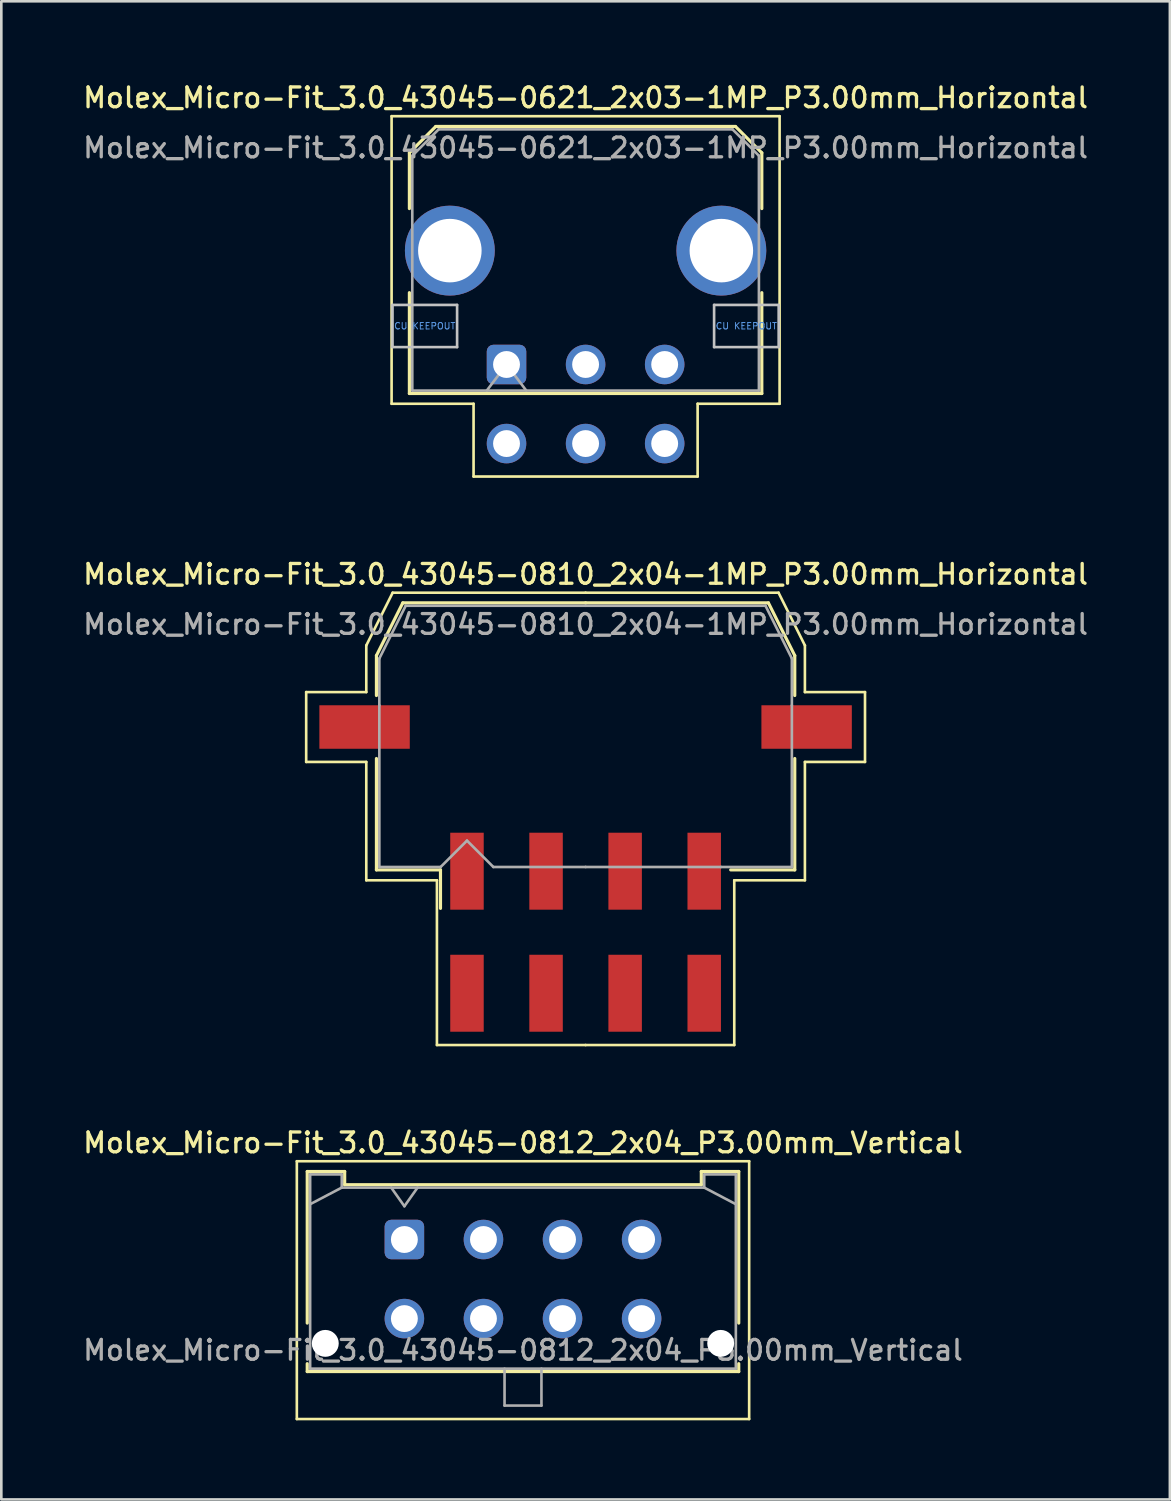
<source format=kicad_pcb>
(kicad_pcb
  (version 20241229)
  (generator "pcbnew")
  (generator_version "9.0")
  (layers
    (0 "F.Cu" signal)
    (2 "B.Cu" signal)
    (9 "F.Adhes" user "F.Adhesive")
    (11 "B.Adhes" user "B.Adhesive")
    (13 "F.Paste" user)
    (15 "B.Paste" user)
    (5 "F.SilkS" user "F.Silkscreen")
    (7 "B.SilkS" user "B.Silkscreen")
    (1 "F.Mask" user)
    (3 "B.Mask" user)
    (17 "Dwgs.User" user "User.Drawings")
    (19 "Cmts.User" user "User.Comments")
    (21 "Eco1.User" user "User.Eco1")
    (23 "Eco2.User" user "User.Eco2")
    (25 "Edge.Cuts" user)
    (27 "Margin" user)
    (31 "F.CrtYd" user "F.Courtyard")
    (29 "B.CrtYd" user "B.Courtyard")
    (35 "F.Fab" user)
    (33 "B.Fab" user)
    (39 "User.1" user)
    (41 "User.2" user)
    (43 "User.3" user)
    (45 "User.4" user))
  (footprint "Molex_Micro-Fit_3.0_43045-0621_2x03-1MP_P3.00mm_Horizontal"
    (layer "F.Cu")
    (at 16.166 10.778)
    (property "Reference" "Molex_Micro-Fit_3.0_43045-0621_2x03-1MP_P3.00mm_Horizontal" (at 3 -10.12 0) (layer "F.SilkS") (effects (font (size 0.75 0.75) (thickness 0.125))))
    (attr through_hole)
    (fp_line (start -4.36 -9.42) (end 10.36 -9.42) (stroke (width 0.1) (type solid)) (layer "F.SilkS"))
    (fp_line (start -4.36 1.49) (end -4.36 -9.42) (stroke (width 0.1) (type solid)) (layer "F.SilkS"))
    (fp_line (start -3.685 -8.03) (end -2.685 -9.03) (stroke (width 0.12) (type solid)) (layer "F.SilkS"))
    (fp_line (start -3.685 -5.915) (end -3.685 -8.03) (stroke (width 0.12) (type solid)) (layer "F.SilkS"))
    (fp_line (start -3.685 -2.725) (end -3.685 1.1) (stroke (width 0.12) (type solid)) (layer "F.SilkS"))
    (fp_line (start -3.685 1.1) (end 9.685 1.1) (stroke (width 0.12) (type solid)) (layer "F.SilkS"))
    (fp_line (start -2.685 -9.03) (end 8.685 -9.03) (stroke (width 0.12) (type solid)) (layer "F.SilkS"))
    (fp_line (start -1.25 1.49) (end -4.36 1.49) (stroke (width 0.1) (type solid)) (layer "F.SilkS"))
    (fp_line (start -1.25 4.25) (end -1.25 1.49) (stroke (width 0.1) (type solid)) (layer "F.SilkS"))
    (fp_line (start 7.25 1.49) (end 7.25 4.25) (stroke (width 0.1) (type solid)) (layer "F.SilkS"))
    (fp_line (start 7.25 4.25) (end -1.25 4.25) (stroke (width 0.1) (type solid)) (layer "F.SilkS"))
    (fp_line (start 8.685 -9.03) (end 9.685 -8.03) (stroke (width 0.12) (type solid)) (layer "F.SilkS"))
    (fp_line (start 9.685 -8.03) (end 9.685 -5.915) (stroke (width 0.12) (type solid)) (layer "F.SilkS"))
    (fp_line (start 9.685 1.1) (end 9.685 -2.725) (stroke (width 0.12) (type solid)) (layer "F.SilkS"))
    (fp_line (start 10.36 -9.42) (end 10.36 1.49) (stroke (width 0.1) (type solid)) (layer "F.SilkS"))
    (fp_line (start 10.36 1.49) (end 7.25 1.49) (stroke (width 0.1) (type solid)) (layer "F.SilkS"))
    (fp_line (start -4.325 -2.26) (end -4.325 -0.66) (stroke (width 0.1) (type solid)) (layer "Dwgs.User"))
    (fp_line (start -4.325 -0.66) (end -1.875 -0.66) (stroke (width 0.1) (type solid)) (layer "Dwgs.User"))
    (fp_line (start -1.875 -2.26) (end -4.325 -2.26) (stroke (width 0.1) (type solid)) (layer "Dwgs.User"))
    (fp_line (start -1.875 -0.66) (end -1.875 -2.26) (stroke (width 0.1) (type solid)) (layer "Dwgs.User"))
    (fp_line (start 7.875 -2.26) (end 7.875 -0.66) (stroke (width 0.1) (type solid)) (layer "Dwgs.User"))
    (fp_line (start 7.875 -0.66) (end 10.325 -0.66) (stroke (width 0.1) (type solid)) (layer "Dwgs.User"))
    (fp_line (start 10.325 -2.26) (end 7.875 -2.26) (stroke (width 0.1) (type solid)) (layer "Dwgs.User"))
    (fp_line (start 10.325 -0.66) (end 10.325 -2.26) (stroke (width 0.1) (type solid)) (layer "Dwgs.User"))
    (fp_line (start -3.575 -7.92) (end -2.575 -8.92) (stroke (width 0.1) (type solid)) (layer "F.Fab"))
    (fp_line (start -3.575 0.99) (end -3.575 -7.92) (stroke (width 0.1) (type solid)) (layer "F.Fab"))
    (fp_line (start -2.575 -8.92) (end 8.575 -8.92) (stroke (width 0.1) (type solid)) (layer "F.Fab"))
    (fp_line (start -0.75 0.99) (end 0 0) (stroke (width 0.1) (type solid)) (layer "F.Fab"))
    (fp_line (start 0 0) (end 0.75 0.99) (stroke (width 0.1) (type solid)) (layer "F.Fab"))
    (fp_line (start 8.575 -8.92) (end 9.575 -7.92) (stroke (width 0.1) (type solid)) (layer "F.Fab"))
    (fp_line (start 9.575 -7.92) (end 9.575 0.99) (stroke (width 0.1) (type solid)) (layer "F.Fab"))
    (fp_line (start 9.575 0.99) (end -3.575 0.99) (stroke (width 0.1) (type solid)) (layer "F.Fab"))
    (fp_text user "CU KEEPOUT" (at -3.1 -1.46 0) (layer "Cmts.User") (effects (font (size 0.245 0.245) (thickness 0.037))))
    (fp_text user "CU KEEPOUT" (at 9.1 -1.46 0) (layer "Cmts.User") (effects (font (size 0.245 0.245) (thickness 0.037))))
    (fp_text user "${REFERENCE}" (at 3 -8.22 0) (layer "F.Fab") (effects (font (size 0.75 0.75) (thickness 0.125))))
    (pad "1" thru_hole roundrect (at 0 0) (size 1.5 1.5) (drill 1.02) (layers "*.Cu" "*.Mask") (roundrect_rratio 0.167))
    (pad "2" thru_hole circle (at 3 0) (size 1.5 1.5) (drill 1.02) (layers "*.Cu" "*.Mask"))
    (pad "3" thru_hole circle (at 6 0) (size 1.5 1.5) (drill 1.02) (layers "*.Cu" "*.Mask"))
    (pad "4" thru_hole circle (at 0 3) (size 1.5 1.5) (drill 1.02) (layers "*.Cu" "*.Mask"))
    (pad "5" thru_hole circle (at 3 3) (size 1.5 1.5) (drill 1.02) (layers "*.Cu" "*.Mask"))
    (pad "6" thru_hole circle (at 6 3) (size 1.5 1.5) (drill 1.02) (layers "*.Cu" "*.Mask"))
    (pad "MP" thru_hole circle (at -2.15 -4.32) (size 3.41 3.41) (drill 2.41) (layers "*.Cu" "*.Mask"))
    (pad "MP" thru_hole circle (at 8.15 -4.32) (size 3.41 3.41) (drill 2.41) (layers "*.Cu" "*.Mask")))
  (footprint "Molex_Micro-Fit_3.0_43045-0810_2x04-1MP_P3.00mm_Horizontal"
    (layer "F.Cu")
    (at 19.166 32.316)
    (property "Reference" "Molex_Micro-Fit_3.0_43045-0810_2x04-1MP_P3.00mm_Horizontal" (at 0 -13.58 0) (layer "F.SilkS") (effects (font (size 0.75 0.75) (thickness 0.125))))
    (attr smd)
    (fp_line (start -10.6 -9.11) (end -10.6 -6.46) (stroke (width 0.1) (type solid)) (layer "F.SilkS"))
    (fp_line (start -10.6 -6.46) (end -8.32 -6.46) (stroke (width 0.1) (type solid)) (layer "F.SilkS"))
    (fp_line (start -8.32 -10.88) (end -8.32 -9.11) (stroke (width 0.1) (type solid)) (layer "F.SilkS"))
    (fp_line (start -8.32 -9.11) (end -10.6 -9.11) (stroke (width 0.1) (type solid)) (layer "F.SilkS"))
    (fp_line (start -8.32 -6.46) (end -8.32 -1.97) (stroke (width 0.1) (type solid)) (layer "F.SilkS"))
    (fp_line (start -8.32 -1.97) (end -5.64 -1.97) (stroke (width 0.1) (type solid)) (layer "F.SilkS"))
    (fp_line (start -7.935 -10.495) (end -7.935 -8.98) (stroke (width 0.12) (type solid)) (layer "F.SilkS"))
    (fp_line (start -7.935 -6.59) (end -7.935 -2.365) (stroke (width 0.12) (type solid)) (layer "F.SilkS"))
    (fp_line (start -7.935 -2.365) (end -5.505 -2.365) (stroke (width 0.12) (type solid)) (layer "F.SilkS"))
    (fp_line (start -7.32 -12.88) (end -8.32 -10.88) (stroke (width 0.1) (type solid)) (layer "F.SilkS"))
    (fp_line (start -6.935 -12.495) (end -7.935 -10.495) (stroke (width 0.12) (type solid)) (layer "F.SilkS"))
    (fp_line (start -5.64 -1.97) (end -5.64 4.28) (stroke (width 0.1) (type solid)) (layer "F.SilkS"))
    (fp_line (start -5.64 4.28) (end 0 4.28) (stroke (width 0.1) (type solid)) (layer "F.SilkS"))
    (fp_line (start -5.505 -2.365) (end -5.505 -0.905) (stroke (width 0.12) (type solid)) (layer "F.SilkS"))
    (fp_line (start 0 -12.88) (end -7.32 -12.88) (stroke (width 0.1) (type solid)) (layer "F.SilkS"))
    (fp_line (start 0 -12.88) (end 7.32 -12.88) (stroke (width 0.1) (type solid)) (layer "F.SilkS"))
    (fp_line (start 0 -12.495) (end -6.935 -12.495) (stroke (width 0.12) (type solid)) (layer "F.SilkS"))
    (fp_line (start 0 -12.495) (end 6.935 -12.495) (stroke (width 0.12) (type solid)) (layer "F.SilkS"))
    (fp_line (start 5.64 -1.97) (end 5.64 4.28) (stroke (width 0.1) (type solid)) (layer "F.SilkS"))
    (fp_line (start 5.64 4.28) (end 0 4.28) (stroke (width 0.1) (type solid)) (layer "F.SilkS"))
    (fp_line (start 6.935 -12.495) (end 7.935 -10.495) (stroke (width 0.12) (type solid)) (layer "F.SilkS"))
    (fp_line (start 7.32 -12.88) (end 8.32 -10.88) (stroke (width 0.1) (type solid)) (layer "F.SilkS"))
    (fp_line (start 7.935 -10.495) (end 7.935 -8.98) (stroke (width 0.12) (type solid)) (layer "F.SilkS"))
    (fp_line (start 7.935 -6.59) (end 7.935 -2.365) (stroke (width 0.12) (type solid)) (layer "F.SilkS"))
    (fp_line (start 7.935 -2.365) (end 5.505 -2.365) (stroke (width 0.12) (type solid)) (layer "F.SilkS"))
    (fp_line (start 8.32 -10.88) (end 8.32 -9.11) (stroke (width 0.1) (type solid)) (layer "F.SilkS"))
    (fp_line (start 8.32 -9.11) (end 10.6 -9.11) (stroke (width 0.1) (type solid)) (layer "F.SilkS"))
    (fp_line (start 8.32 -6.46) (end 8.32 -1.97) (stroke (width 0.1) (type solid)) (layer "F.SilkS"))
    (fp_line (start 8.32 -1.97) (end 5.64 -1.97) (stroke (width 0.1) (type solid)) (layer "F.SilkS"))
    (fp_line (start 10.6 -9.11) (end 10.6 -6.46) (stroke (width 0.1) (type solid)) (layer "F.SilkS"))
    (fp_line (start 10.6 -6.46) (end 8.32 -6.46) (stroke (width 0.1) (type solid)) (layer "F.SilkS"))
    (fp_line (start -7.825 -10.385) (end -7.825 -8.61) (stroke (width 0.1) (type solid)) (layer "F.Fab"))
    (fp_line (start -7.825 -8.61) (end -7.825 -2.475) (stroke (width 0.1) (type solid)) (layer "F.Fab"))
    (fp_line (start -7.825 -2.475) (end -5.5 -2.475) (stroke (width 0.1) (type solid)) (layer "F.Fab"))
    (fp_line (start -6.825 -12.385) (end -7.825 -10.385) (stroke (width 0.1) (type solid)) (layer "F.Fab"))
    (fp_line (start -5.5 -2.475) (end -4.5 -3.475) (stroke (width 0.1) (type solid)) (layer "F.Fab"))
    (fp_line (start -4.5 -3.475) (end -3.5 -2.475) (stroke (width 0.1) (type solid)) (layer "F.Fab"))
    (fp_line (start -3.5 -2.475) (end 0 -2.475) (stroke (width 0.1) (type solid)) (layer "F.Fab"))
    (fp_line (start 0 -12.385) (end -6.825 -12.385) (stroke (width 0.1) (type solid)) (layer "F.Fab"))
    (fp_line (start 0 -12.385) (end 6.825 -12.385) (stroke (width 0.1) (type solid)) (layer "F.Fab"))
    (fp_line (start 5.135 -2.475) (end 0 -2.475) (stroke (width 0.1) (type solid)) (layer "F.Fab"))
    (fp_line (start 6.825 -12.385) (end 7.825 -10.385) (stroke (width 0.1) (type solid)) (layer "F.Fab"))
    (fp_line (start 7.825 -10.385) (end 7.825 -8.61) (stroke (width 0.1) (type solid)) (layer "F.Fab"))
    (fp_line (start 7.825 -8.61) (end 7.825 -2.475) (stroke (width 0.1) (type solid)) (layer "F.Fab"))
    (fp_line (start 7.825 -2.475) (end 5.135 -2.475) (stroke (width 0.1) (type solid)) (layer "F.Fab"))
    (fp_text user "${REFERENCE}" (at 0 -11.68 0) (layer "F.Fab") (effects (font (size 0.75 0.75) (thickness 0.125))))
    (pad "1" smd rect (at -4.5 -2.315) (size 1.27 2.92) (layers "F.Cu" "F.Mask" "F.Paste"))
    (pad "2" smd rect (at -1.5 -2.315) (size 1.27 2.92) (layers "F.Cu" "F.Mask" "F.Paste"))
    (pad "3" smd rect (at 1.5 -2.315) (size 1.27 2.92) (layers "F.Cu" "F.Mask" "F.Paste"))
    (pad "4" smd rect (at 4.5 -2.315) (size 1.27 2.92) (layers "F.Cu" "F.Mask" "F.Paste"))
    (pad "5" smd rect (at -4.5 2.315) (size 1.27 2.92) (layers "F.Cu" "F.Mask" "F.Paste"))
    (pad "6" smd rect (at -1.5 2.315) (size 1.27 2.92) (layers "F.Cu" "F.Mask" "F.Paste"))
    (pad "7" smd rect (at 1.5 2.315) (size 1.27 2.92) (layers "F.Cu" "F.Mask" "F.Paste"))
    (pad "8" smd rect (at 4.5 2.315) (size 1.27 2.92) (layers "F.Cu" "F.Mask" "F.Paste"))
    (pad "MP" smd rect (at -8.385 -7.785) (size 3.43 1.65) (layers "F.Cu" "F.Mask" "F.Paste"))
    (pad "MP" smd rect (at 8.385 -7.785) (size 3.43 1.65) (layers "F.Cu" "F.Mask" "F.Paste")))
  (footprint "Molex_Micro-Fit_3.0_43045-0812_2x04_P3.00mm_Vertical"
    (layer "F.Cu")
    (at 12.291 43.974)
    (property "Reference" "Molex_Micro-Fit_3.0_43045-0812_2x04_P3.00mm_Vertical" (at 4.5 -3.67 0) (layer "F.SilkS") (effects (font (size 0.75 0.75) (thickness 0.125))))
    (attr through_hole)
    (fp_line (start -4.08 -2.97) (end 13.08 -2.97) (stroke (width 0.1) (type solid)) (layer "F.SilkS"))
    (fp_line (start -4.08 6.81) (end -4.08 -2.97) (stroke (width 0.1) (type solid)) (layer "F.SilkS"))
    (fp_line (start -3.685 -2.58) (end -2.265 -2.58) (stroke (width 0.12) (type solid)) (layer "F.SilkS"))
    (fp_line (start -3.685 3.17) (end -3.685 -2.58) (stroke (width 0.12) (type solid)) (layer "F.SilkS"))
    (fp_line (start -3.685 4.71) (end -3.685 5.01) (stroke (width 0.12) (type solid)) (layer "F.SilkS"))
    (fp_line (start -3.685 5.01) (end 12.685 5.01) (stroke (width 0.12) (type solid)) (layer "F.SilkS"))
    (fp_line (start -2.265 -2.58) (end -2.265 -2.08) (stroke (width 0.12) (type solid)) (layer "F.SilkS"))
    (fp_line (start -2.265 -2.08) (end 11.265 -2.08) (stroke (width 0.12) (type solid)) (layer "F.SilkS"))
    (fp_line (start 11.265 -2.58) (end 12.685 -2.58) (stroke (width 0.12) (type solid)) (layer "F.SilkS"))
    (fp_line (start 11.265 -2.08) (end 11.265 -2.58) (stroke (width 0.12) (type solid)) (layer "F.SilkS"))
    (fp_line (start 12.685 -2.58) (end 12.685 3.17) (stroke (width 0.12) (type solid)) (layer "F.SilkS"))
    (fp_line (start 12.685 5.01) (end 12.685 4.71) (stroke (width 0.12) (type solid)) (layer "F.SilkS"))
    (fp_line (start 13.08 -2.97) (end 13.08 6.81) (stroke (width 0.1) (type solid)) (layer "F.SilkS"))
    (fp_line (start 13.08 6.81) (end -4.08 6.81) (stroke (width 0.1) (type solid)) (layer "F.SilkS"))
    (fp_line (start -3.575 -2.47) (end -3.575 4.9) (stroke (width 0.1) (type solid)) (layer "F.Fab"))
    (fp_line (start -3.575 -1.34) (end -2.375 -1.97) (stroke (width 0.1) (type solid)) (layer "F.Fab"))
    (fp_line (start -3.575 4.9) (end 12.575 4.9) (stroke (width 0.1) (type solid)) (layer "F.Fab"))
    (fp_line (start -2.375 -2.47) (end -3.575 -2.47) (stroke (width 0.1) (type solid)) (layer "F.Fab"))
    (fp_line (start -2.375 -1.97) (end -2.375 -2.47) (stroke (width 0.1) (type solid)) (layer "F.Fab"))
    (fp_line (start -0.5 -1.97) (end 0 -1.263) (stroke (width 0.1) (type solid)) (layer "F.Fab"))
    (fp_line (start 0 -1.263) (end 0.5 -1.97) (stroke (width 0.1) (type solid)) (layer "F.Fab"))
    (fp_line (start 3.8 4.9) (end 3.8 6.3) (stroke (width 0.1) (type solid)) (layer "F.Fab"))
    (fp_line (start 3.8 6.3) (end 5.2 6.3) (stroke (width 0.1) (type solid)) (layer "F.Fab"))
    (fp_line (start 5.2 6.3) (end 5.2 4.9) (stroke (width 0.1) (type solid)) (layer "F.Fab"))
    (fp_line (start 11.375 -2.47) (end 11.375 -1.97) (stroke (width 0.1) (type solid)) (layer "F.Fab"))
    (fp_line (start 11.375 -1.97) (end -2.375 -1.97) (stroke (width 0.1) (type solid)) (layer "F.Fab"))
    (fp_line (start 12.575 -2.47) (end 11.375 -2.47) (stroke (width 0.1) (type solid)) (layer "F.Fab"))
    (fp_line (start 12.575 -1.34) (end 11.375 -1.97) (stroke (width 0.1) (type solid)) (layer "F.Fab"))
    (fp_line (start 12.575 4.9) (end 12.575 -2.47) (stroke (width 0.1) (type solid)) (layer "F.Fab"))
    (fp_text user "${REFERENCE}" (at 4.5 4.2 0) (layer "F.Fab") (effects (font (size 0.75 0.75) (thickness 0.125))))
    (pad "" np_thru_hole circle (at -3 3.94) (size 1.02 1.02) (drill 1.02) (layers "*.Cu" "*.Mask"))
    (pad "" np_thru_hole circle (at 12 3.94) (size 1.02 1.02) (drill 1.02) (layers "*.Cu" "*.Mask"))
    (pad "1" thru_hole roundrect (at 0 0) (size 1.5 1.5) (drill 1.02) (layers "*.Cu" "*.Mask") (roundrect_rratio 0.167))
    (pad "2" thru_hole circle (at 3 0) (size 1.5 1.5) (drill 1.02) (layers "*.Cu" "*.Mask"))
    (pad "3" thru_hole circle (at 6 0) (size 1.5 1.5) (drill 1.02) (layers "*.Cu" "*.Mask"))
    (pad "4" thru_hole circle (at 9 0) (size 1.5 1.5) (drill 1.02) (layers "*.Cu" "*.Mask"))
    (pad "5" thru_hole circle (at 0 3) (size 1.5 1.5) (drill 1.02) (layers "*.Cu" "*.Mask"))
    (pad "6" thru_hole circle (at 3 3) (size 1.5 1.5) (drill 1.02) (layers "*.Cu" "*.Mask"))
    (pad "7" thru_hole circle (at 6 3) (size 1.5 1.5) (drill 1.02) (layers "*.Cu" "*.Mask"))
    (pad "8" thru_hole circle (at 9 3) (size 1.5 1.5) (drill 1.02) (layers "*.Cu" "*.Mask")))
  (gr_rect
    (start -3 -3)
    (end 41.332 53.834)
    (stroke (width 0.1) (type default))
    (fill no)
    (layer "Edge.Cuts")))
</source>
